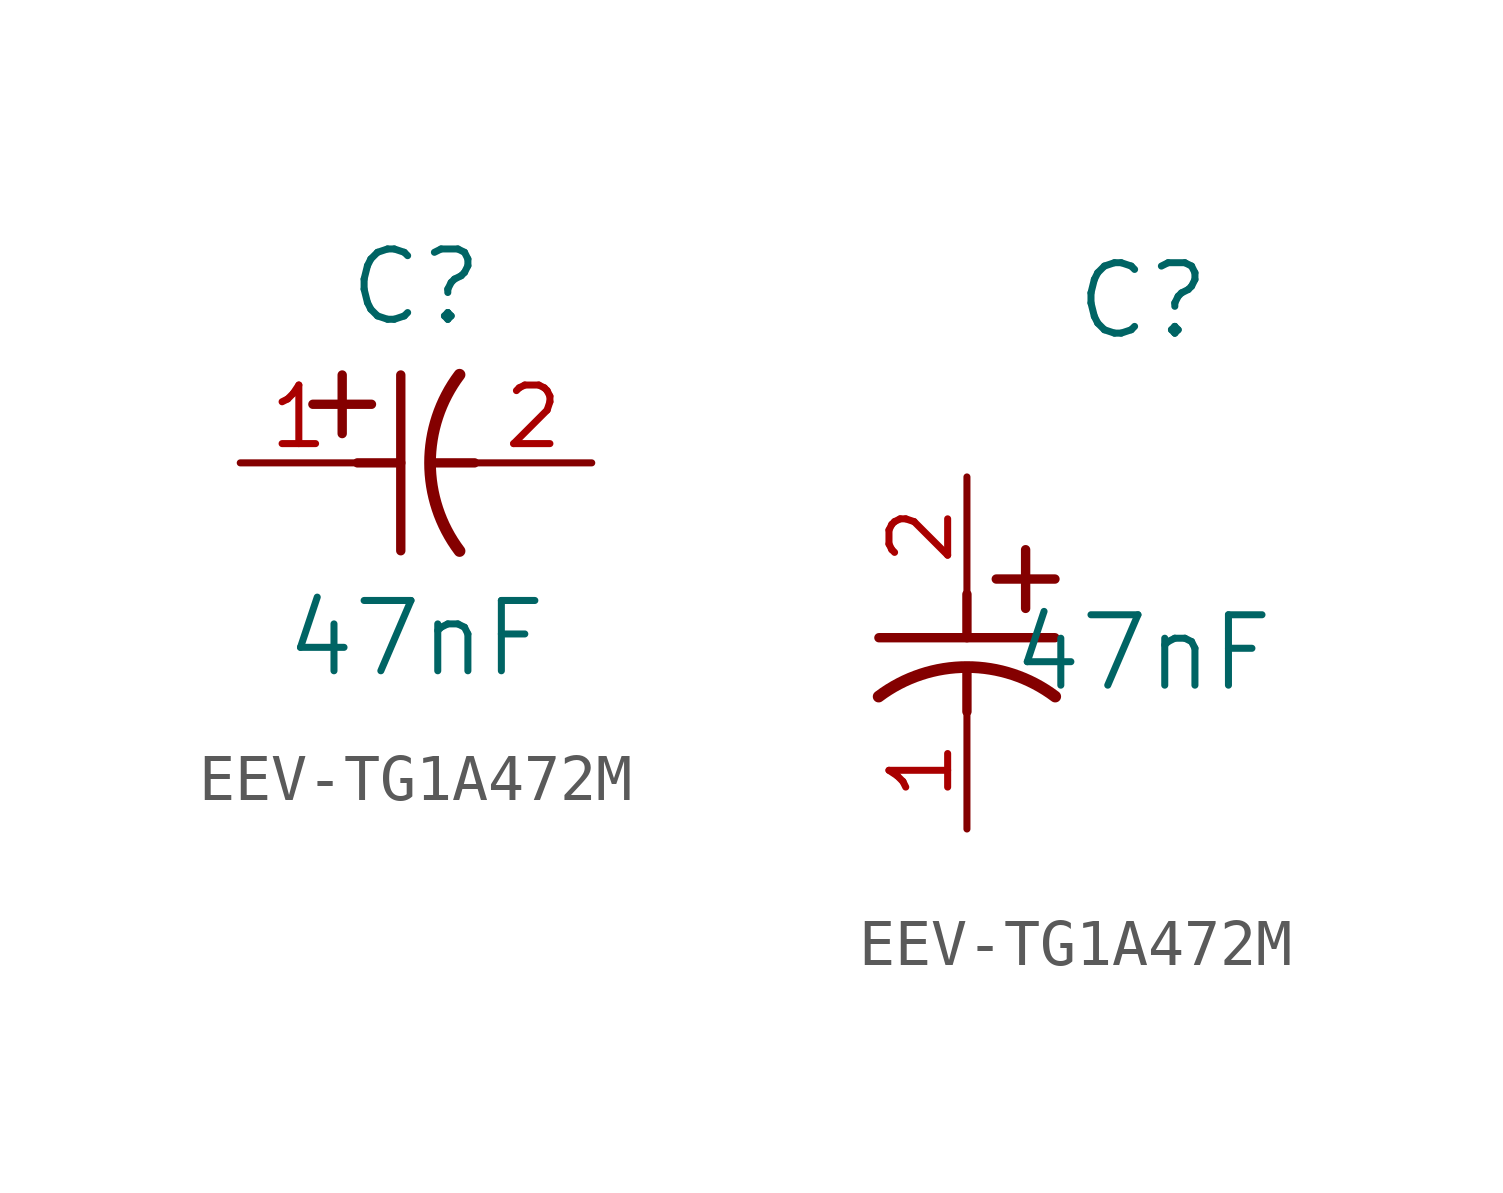
<source format=kicad_sym>
(kicad_symbol_lib
  (version 20241209)
  (generator "kicad_symbol_editor")
  (generator_version "9.0")
  (symbol "EEV-TG1A472M"
    (pin_names
      (offset 0.254))
    (property "Reference" "C"
      (at 3.81 3.81 0)
      (effects (font (size 1.524 1.524))))
    (property "Value" "47nF"
      (at 3.81 -3.81 0)
      (effects (font (size 1.524 1.524))))
    (symbol "EEV-TG1A472M_1_1"
      (polyline (pts (xy 1.575 1.27) (xy 2.845 1.27)) (stroke (width 0.203) (type default)) (fill (type none)))
      (polyline (pts (xy 2.21 0.635) (xy 2.21 1.905)) (stroke (width 0.203) (type default)) (fill (type none)))
      (polyline (pts (xy 2.54 0) (xy 3.48 0)) (stroke (width 0.203) (type default)) (fill (type none)))
      (polyline (pts (xy 3.48 -1.905) (xy 3.48 1.905)) (stroke (width 0.203) (type default)) (fill (type none)))
      (polyline (pts (xy 4.115 0) (xy 5.08 0)) (stroke (width 0.203) (type default)) (fill (type none)))
      (arc (start 4.7541 -1.9108) (mid 4.1148 0) (end 4.7541 1.9108) (stroke (width 0.254) (type default)) (fill (type none)))
      (pin unspecified line (at 0 0 0) (length 2.54) (name "" (effects (font (size 1.27 1.27)))) (number "1" (effects (font (size 1.27 1.27)))))
      (pin unspecified line (at 7.62 0 180) (length 2.54) (name "" (effects (font (size 1.27 1.27)))) (number "2" (effects (font (size 1.27 1.27))))))
    (symbol "EEV-TG1A472M_1_2"
      (polyline (pts (xy -1.905 -3.48) (xy 1.905 -3.48)) (stroke (width 0.203) (type default)) (fill (type none)))
      (polyline (pts (xy 0 -2.54) (xy 0 -3.48)) (stroke (width 0.203) (type default)) (fill (type none)))
      (polyline (pts (xy 0 -4.115) (xy 0 -5.08)) (stroke (width 0.203) (type default)) (fill (type none)))
      (arc (start -1.9108 -4.7541) (mid 0 -4.1148) (end 1.9108 -4.7541) (stroke (width 0.254) (type default)) (fill (type none)))
      (polyline (pts (xy 0.635 -2.21) (xy 1.905 -2.21)) (stroke (width 0.203) (type default)) (fill (type none)))
      (polyline (pts (xy 1.27 -1.575) (xy 1.27 -2.845)) (stroke (width 0.203) (type default)) (fill (type none)))
      (pin unspecified line (at 0 0 270) (length 2.54) (name "" (effects (font (size 1.27 1.27)))) (number "2" (effects (font (size 1.27 1.27)))))
      (pin unspecified line (at 0 -7.62 90) (length 2.54) (name "" (effects (font (size 1.27 1.27)))) (number "1" (effects (font (size 1.27 1.27))))))))
</source>
